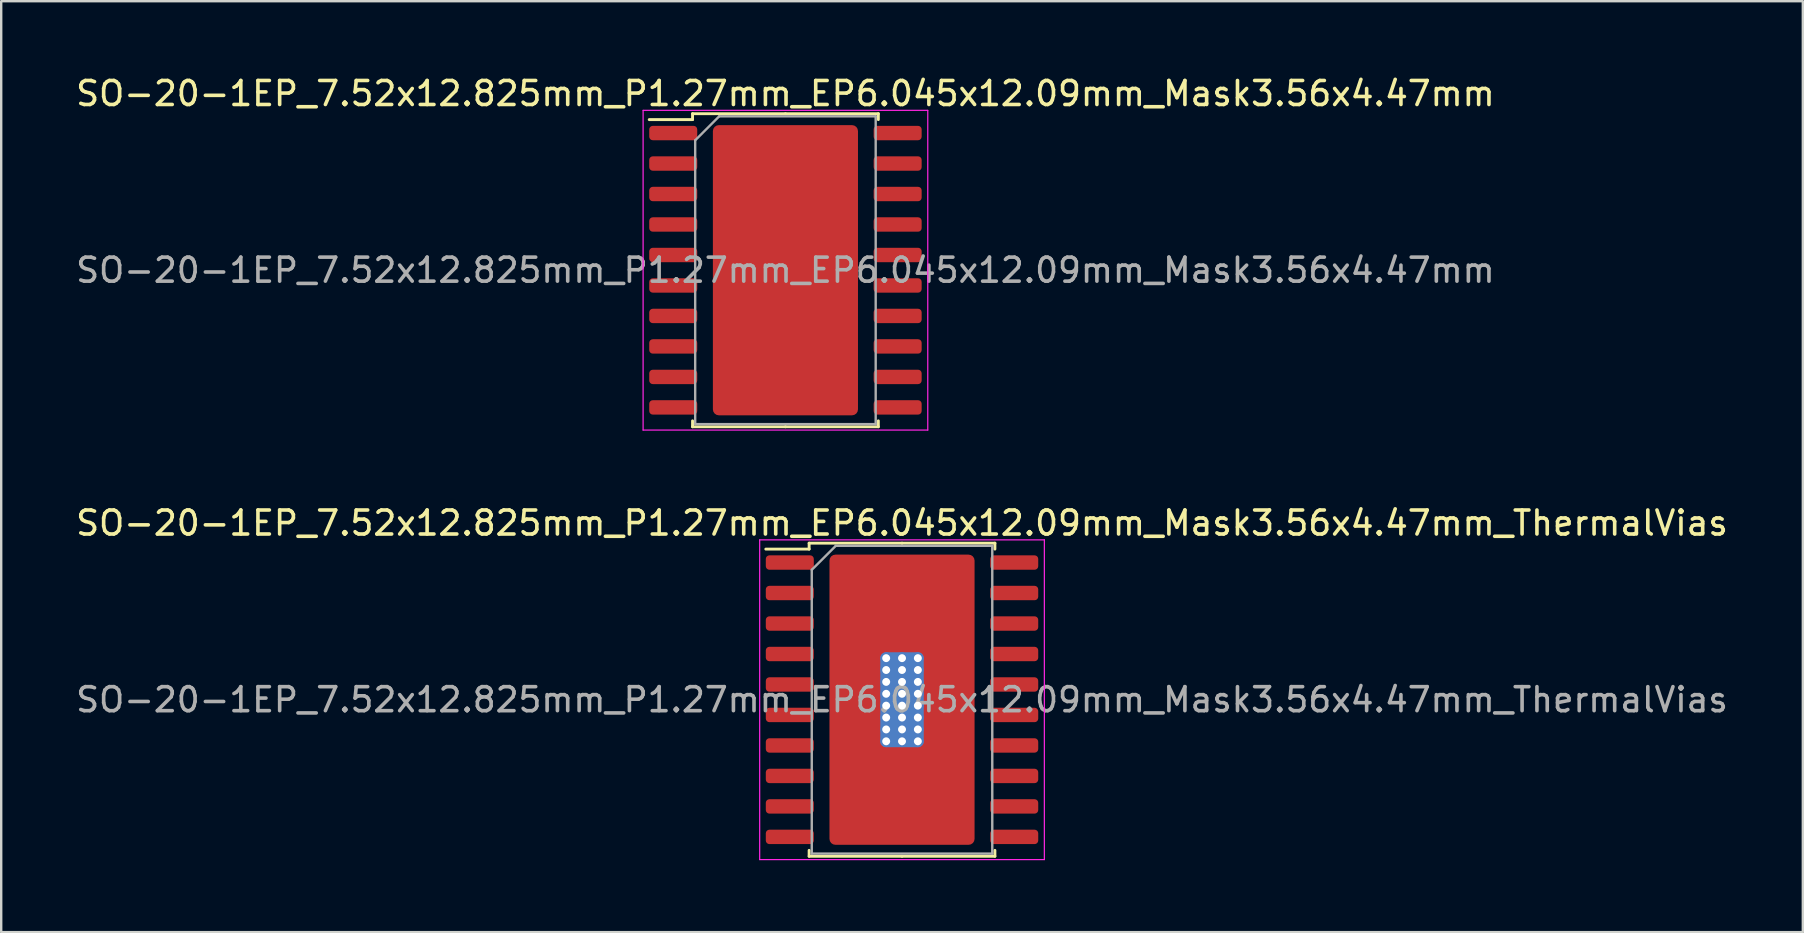
<source format=kicad_pcb>
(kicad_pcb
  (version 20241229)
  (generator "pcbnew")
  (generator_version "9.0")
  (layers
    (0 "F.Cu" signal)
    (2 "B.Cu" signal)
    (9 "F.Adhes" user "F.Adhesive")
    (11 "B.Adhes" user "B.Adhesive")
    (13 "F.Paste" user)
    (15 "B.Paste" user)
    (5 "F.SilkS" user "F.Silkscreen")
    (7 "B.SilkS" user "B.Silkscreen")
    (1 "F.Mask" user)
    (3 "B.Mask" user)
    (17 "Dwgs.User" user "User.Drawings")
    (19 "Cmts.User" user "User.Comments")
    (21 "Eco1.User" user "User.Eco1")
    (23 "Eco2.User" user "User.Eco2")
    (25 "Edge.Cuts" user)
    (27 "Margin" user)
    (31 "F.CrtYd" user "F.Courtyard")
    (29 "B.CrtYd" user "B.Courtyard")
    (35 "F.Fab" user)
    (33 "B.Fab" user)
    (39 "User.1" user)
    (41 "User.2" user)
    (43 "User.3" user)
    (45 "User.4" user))
  (footprint "SO-20-1EP_7.52x12.825mm_P1.27mm_EP6.045x12.09mm_Mask3.56x4.47mm_ThermalVias"
    (layer "F.Cu")
    (at 34.53 26.102)
    (property "Reference" "SO-20-1EP_7.52x12.825mm_P1.27mm_EP6.045x12.09mm_Mask3.56x4.47mm_ThermalVias" (at 0 -7.36 0) (layer "F.SilkS") (effects (font (size 1 1) (thickness 0.15))))
    (attr smd)
    (fp_line (start -3.87 -6.522) (end -3.87 -6.275) (stroke (width 0.12) (type solid)) (layer "F.SilkS"))
    (fp_line (start -3.87 -6.275) (end -5.675 -6.275) (stroke (width 0.12) (type solid)) (layer "F.SilkS"))
    (fp_line (start -3.87 6.522) (end -3.87 6.275) (stroke (width 0.12) (type solid)) (layer "F.SilkS"))
    (fp_line (start 0 -6.522) (end -3.87 -6.522) (stroke (width 0.12) (type solid)) (layer "F.SilkS"))
    (fp_line (start 0 -6.522) (end 3.87 -6.522) (stroke (width 0.12) (type solid)) (layer "F.SilkS"))
    (fp_line (start 0 6.522) (end -3.87 6.522) (stroke (width 0.12) (type solid)) (layer "F.SilkS"))
    (fp_line (start 0 6.522) (end 3.87 6.522) (stroke (width 0.12) (type solid)) (layer "F.SilkS"))
    (fp_line (start 3.87 -6.522) (end 3.87 -6.275) (stroke (width 0.12) (type solid)) (layer "F.SilkS"))
    (fp_line (start 3.87 6.522) (end 3.87 6.275) (stroke (width 0.12) (type solid)) (layer "F.SilkS"))
    (fp_line (start -5.93 -6.66) (end -5.93 6.66) (stroke (width 0.05) (type solid)) (layer "F.CrtYd"))
    (fp_line (start -5.93 6.66) (end 5.93 6.66) (stroke (width 0.05) (type solid)) (layer "F.CrtYd"))
    (fp_line (start 5.93 -6.66) (end -5.93 -6.66) (stroke (width 0.05) (type solid)) (layer "F.CrtYd"))
    (fp_line (start 5.93 6.66) (end 5.93 -6.66) (stroke (width 0.05) (type solid)) (layer "F.CrtYd"))
    (fp_line (start -3.76 -5.412) (end -2.76 -6.412) (stroke (width 0.1) (type solid)) (layer "F.Fab"))
    (fp_line (start -3.76 6.412) (end -3.76 -5.412) (stroke (width 0.1) (type solid)) (layer "F.Fab"))
    (fp_line (start -2.76 -6.412) (end 3.76 -6.412) (stroke (width 0.1) (type solid)) (layer "F.Fab"))
    (fp_line (start 3.76 -6.412) (end 3.76 6.412) (stroke (width 0.1) (type solid)) (layer "F.Fab"))
    (fp_line (start 3.76 6.412) (end -3.76 6.412) (stroke (width 0.1) (type solid)) (layer "F.Fab"))
    (fp_text user "${REFERENCE}" (at 0 0 0) (layer "F.Fab") (effects (font (size 1 1) (thickness 0.15))))
    (pad "" smd roundrect (at -0.89 -1.115) (size 1.54 1.94) (layers "F.Paste") (roundrect_rratio 0.162))
    (pad "" smd roundrect (at -0.89 1.115) (size 1.54 1.94) (layers "F.Paste") (roundrect_rratio 0.162))
    (pad "" smd roundrect (at 0 0) (size 3.56 4.47) (layers "F.Mask") (roundrect_rratio 0.069))
    (pad "" smd roundrect (at 0.89 -1.115) (size 1.54 1.94) (layers "F.Paste") (roundrect_rratio 0.162))
    (pad "" smd roundrect (at 0.89 1.115) (size 1.54 1.94) (layers "F.Paste") (roundrect_rratio 0.162))
    (pad "1" smd roundrect (at -4.675 -5.715) (size 2 0.6) (layers "F.Cu" "F.Mask" "F.Paste") (roundrect_rratio 0.25))
    (pad "2" smd roundrect (at -4.675 -4.445) (size 2 0.6) (layers "F.Cu" "F.Mask" "F.Paste") (roundrect_rratio 0.25))
    (pad "3" smd roundrect (at -4.675 -3.175) (size 2 0.6) (layers "F.Cu" "F.Mask" "F.Paste") (roundrect_rratio 0.25))
    (pad "4" smd roundrect (at -4.675 -1.905) (size 2 0.6) (layers "F.Cu" "F.Mask" "F.Paste") (roundrect_rratio 0.25))
    (pad "5" smd roundrect (at -4.675 -0.635) (size 2 0.6) (layers "F.Cu" "F.Mask" "F.Paste") (roundrect_rratio 0.25))
    (pad "6" smd roundrect (at -4.675 0.635) (size 2 0.6) (layers "F.Cu" "F.Mask" "F.Paste") (roundrect_rratio 0.25))
    (pad "7" smd roundrect (at -4.675 1.905) (size 2 0.6) (layers "F.Cu" "F.Mask" "F.Paste") (roundrect_rratio 0.25))
    (pad "8" smd roundrect (at -4.675 3.175) (size 2 0.6) (layers "F.Cu" "F.Mask" "F.Paste") (roundrect_rratio 0.25))
    (pad "9" smd roundrect (at -4.675 4.445) (size 2 0.6) (layers "F.Cu" "F.Mask" "F.Paste") (roundrect_rratio 0.25))
    (pad "10" smd roundrect (at -4.675 5.715) (size 2 0.6) (layers "F.Cu" "F.Mask" "F.Paste") (roundrect_rratio 0.25))
    (pad "11" smd roundrect (at 4.675 5.715) (size 2 0.6) (layers "F.Cu" "F.Mask" "F.Paste") (roundrect_rratio 0.25))
    (pad "12" smd roundrect (at 4.675 4.445) (size 2 0.6) (layers "F.Cu" "F.Mask" "F.Paste") (roundrect_rratio 0.25))
    (pad "13" smd roundrect (at 4.675 3.175) (size 2 0.6) (layers "F.Cu" "F.Mask" "F.Paste") (roundrect_rratio 0.25))
    (pad "14" smd roundrect (at 4.675 1.905) (size 2 0.6) (layers "F.Cu" "F.Mask" "F.Paste") (roundrect_rratio 0.25))
    (pad "15" smd roundrect (at 4.675 0.635) (size 2 0.6) (layers "F.Cu" "F.Mask" "F.Paste") (roundrect_rratio 0.25))
    (pad "16" smd roundrect (at 4.675 -0.635) (size 2 0.6) (layers "F.Cu" "F.Mask" "F.Paste") (roundrect_rratio 0.25))
    (pad "17" smd roundrect (at 4.675 -1.905) (size 2 0.6) (layers "F.Cu" "F.Mask" "F.Paste") (roundrect_rratio 0.25))
    (pad "18" smd roundrect (at 4.675 -3.175) (size 2 0.6) (layers "F.Cu" "F.Mask" "F.Paste") (roundrect_rratio 0.25))
    (pad "19" smd roundrect (at 4.675 -4.445) (size 2 0.6) (layers "F.Cu" "F.Mask" "F.Paste") (roundrect_rratio 0.25))
    (pad "20" smd roundrect (at 4.675 -5.715) (size 2 0.6) (layers "F.Cu" "F.Mask" "F.Paste") (roundrect_rratio 0.25))
    (pad "21" thru_hole circle (at -0.66 -1.732) (size 0.49 0.49) (drill 0.33) (layers "*.Cu"))
    (pad "21" thru_hole circle (at -0.66 -1.238) (size 0.49 0.49) (drill 0.33) (layers "*.Cu"))
    (pad "21" thru_hole circle (at -0.66 -0.743) (size 0.49 0.49) (drill 0.33) (layers "*.Cu"))
    (pad "21" thru_hole circle (at -0.66 -0.247) (size 0.49 0.49) (drill 0.33) (layers "*.Cu"))
    (pad "21" thru_hole circle (at -0.66 0.247) (size 0.49 0.49) (drill 0.33) (layers "*.Cu"))
    (pad "21" thru_hole circle (at -0.66 0.743) (size 0.49 0.49) (drill 0.33) (layers "*.Cu"))
    (pad "21" thru_hole circle (at -0.66 1.238) (size 0.49 0.49) (drill 0.33) (layers "*.Cu"))
    (pad "21" thru_hole circle (at -0.66 1.732) (size 0.49 0.49) (drill 0.33) (layers "*.Cu"))
    (pad "21" thru_hole circle (at 0 -1.732) (size 0.49 0.49) (drill 0.33) (layers "*.Cu"))
    (pad "21" thru_hole circle (at 0 -1.238) (size 0.49 0.49) (drill 0.33) (layers "*.Cu"))
    (pad "21" thru_hole circle (at 0 -0.743) (size 0.49 0.49) (drill 0.33) (layers "*.Cu"))
    (pad "21" thru_hole circle (at 0 -0.247) (size 0.49 0.49) (drill 0.33) (layers "*.Cu"))
    (pad "21" smd roundrect (at 0 0) (size 1.81 3.955) (layers "B.Cu") (roundrect_rratio 0.135))
    (pad "21" smd roundrect (at 0 0) (size 6.045 12.09) (layers "F.Cu") (roundrect_rratio 0.041))
    (pad "21" thru_hole circle (at 0 0.247) (size 0.49 0.49) (drill 0.33) (layers "*.Cu"))
    (pad "21" thru_hole circle (at 0 0.743) (size 0.49 0.49) (drill 0.33) (layers "*.Cu"))
    (pad "21" thru_hole circle (at 0 1.238) (size 0.49 0.49) (drill 0.33) (layers "*.Cu"))
    (pad "21" thru_hole circle (at 0 1.732) (size 0.49 0.49) (drill 0.33) (layers "*.Cu"))
    (pad "21" thru_hole circle (at 0.66 -1.732) (size 0.49 0.49) (drill 0.33) (layers "*.Cu"))
    (pad "21" thru_hole circle (at 0.66 -1.238) (size 0.49 0.49) (drill 0.33) (layers "*.Cu"))
    (pad "21" thru_hole circle (at 0.66 -0.743) (size 0.49 0.49) (drill 0.33) (layers "*.Cu"))
    (pad "21" thru_hole circle (at 0.66 -0.247) (size 0.49 0.49) (drill 0.33) (layers "*.Cu"))
    (pad "21" thru_hole circle (at 0.66 0.247) (size 0.49 0.49) (drill 0.33) (layers "*.Cu"))
    (pad "21" thru_hole circle (at 0.66 0.743) (size 0.49 0.49) (drill 0.33) (layers "*.Cu"))
    (pad "21" thru_hole circle (at 0.66 1.238) (size 0.49 0.49) (drill 0.33) (layers "*.Cu"))
    (pad "21" thru_hole circle (at 0.66 1.732) (size 0.49 0.49) (drill 0.33) (layers "*.Cu")))
  (footprint "SO-20-1EP_7.52x12.825mm_P1.27mm_EP6.045x12.09mm_Mask3.56x4.47mm"
    (layer "F.Cu")
    (at 29.673 8.208)
    (property "Reference" "SO-20-1EP_7.52x12.825mm_P1.27mm_EP6.045x12.09mm_Mask3.56x4.47mm" (at 0 -7.36 0) (layer "F.SilkS") (effects (font (size 1 1) (thickness 0.15))))
    (attr smd)
    (fp_line (start -3.87 -6.522) (end -3.87 -6.275) (stroke (width 0.12) (type solid)) (layer "F.SilkS"))
    (fp_line (start -3.87 -6.275) (end -5.675 -6.275) (stroke (width 0.12) (type solid)) (layer "F.SilkS"))
    (fp_line (start -3.87 6.522) (end -3.87 6.275) (stroke (width 0.12) (type solid)) (layer "F.SilkS"))
    (fp_line (start 0 -6.522) (end -3.87 -6.522) (stroke (width 0.12) (type solid)) (layer "F.SilkS"))
    (fp_line (start 0 -6.522) (end 3.87 -6.522) (stroke (width 0.12) (type solid)) (layer "F.SilkS"))
    (fp_line (start 0 6.522) (end -3.87 6.522) (stroke (width 0.12) (type solid)) (layer "F.SilkS"))
    (fp_line (start 0 6.522) (end 3.87 6.522) (stroke (width 0.12) (type solid)) (layer "F.SilkS"))
    (fp_line (start 3.87 -6.522) (end 3.87 -6.275) (stroke (width 0.12) (type solid)) (layer "F.SilkS"))
    (fp_line (start 3.87 6.522) (end 3.87 6.275) (stroke (width 0.12) (type solid)) (layer "F.SilkS"))
    (fp_line (start -5.93 -6.66) (end -5.93 6.66) (stroke (width 0.05) (type solid)) (layer "F.CrtYd"))
    (fp_line (start -5.93 6.66) (end 5.93 6.66) (stroke (width 0.05) (type solid)) (layer "F.CrtYd"))
    (fp_line (start 5.93 -6.66) (end -5.93 -6.66) (stroke (width 0.05) (type solid)) (layer "F.CrtYd"))
    (fp_line (start 5.93 6.66) (end 5.93 -6.66) (stroke (width 0.05) (type solid)) (layer "F.CrtYd"))
    (fp_line (start -3.76 -5.412) (end -2.76 -6.412) (stroke (width 0.1) (type solid)) (layer "F.Fab"))
    (fp_line (start -3.76 6.412) (end -3.76 -5.412) (stroke (width 0.1) (type solid)) (layer "F.Fab"))
    (fp_line (start -2.76 -6.412) (end 3.76 -6.412) (stroke (width 0.1) (type solid)) (layer "F.Fab"))
    (fp_line (start 3.76 -6.412) (end 3.76 6.412) (stroke (width 0.1) (type solid)) (layer "F.Fab"))
    (fp_line (start 3.76 6.412) (end -3.76 6.412) (stroke (width 0.1) (type solid)) (layer "F.Fab"))
    (fp_text user "${REFERENCE}" (at 0 0 0) (layer "F.Fab") (effects (font (size 1 1) (thickness 0.15))))
    (pad "" smd roundrect (at 0 0) (size 2.87 3.6) (layers "F.Paste") (roundrect_rratio 0.087))
    (pad "" smd roundrect (at 0 0) (size 3.56 4.47) (layers "F.Mask") (roundrect_rratio 0.07))
    (pad "1" smd roundrect (at -4.675 -5.715) (size 2 0.6) (layers "F.Cu" "F.Mask" "F.Paste") (roundrect_rratio 0.25))
    (pad "2" smd roundrect (at -4.675 -4.445) (size 2 0.6) (layers "F.Cu" "F.Mask" "F.Paste") (roundrect_rratio 0.25))
    (pad "3" smd roundrect (at -4.675 -3.175) (size 2 0.6) (layers "F.Cu" "F.Mask" "F.Paste") (roundrect_rratio 0.25))
    (pad "4" smd roundrect (at -4.675 -1.905) (size 2 0.6) (layers "F.Cu" "F.Mask" "F.Paste") (roundrect_rratio 0.25))
    (pad "5" smd roundrect (at -4.675 -0.635) (size 2 0.6) (layers "F.Cu" "F.Mask" "F.Paste") (roundrect_rratio 0.25))
    (pad "6" smd roundrect (at -4.675 0.635) (size 2 0.6) (layers "F.Cu" "F.Mask" "F.Paste") (roundrect_rratio 0.25))
    (pad "7" smd roundrect (at -4.675 1.905) (size 2 0.6) (layers "F.Cu" "F.Mask" "F.Paste") (roundrect_rratio 0.25))
    (pad "8" smd roundrect (at -4.675 3.175) (size 2 0.6) (layers "F.Cu" "F.Mask" "F.Paste") (roundrect_rratio 0.25))
    (pad "9" smd roundrect (at -4.675 4.445) (size 2 0.6) (layers "F.Cu" "F.Mask" "F.Paste") (roundrect_rratio 0.25))
    (pad "10" smd roundrect (at -4.675 5.715) (size 2 0.6) (layers "F.Cu" "F.Mask" "F.Paste") (roundrect_rratio 0.25))
    (pad "11" smd roundrect (at 4.675 5.715) (size 2 0.6) (layers "F.Cu" "F.Mask" "F.Paste") (roundrect_rratio 0.25))
    (pad "12" smd roundrect (at 4.675 4.445) (size 2 0.6) (layers "F.Cu" "F.Mask" "F.Paste") (roundrect_rratio 0.25))
    (pad "13" smd roundrect (at 4.675 3.175) (size 2 0.6) (layers "F.Cu" "F.Mask" "F.Paste") (roundrect_rratio 0.25))
    (pad "14" smd roundrect (at 4.675 1.905) (size 2 0.6) (layers "F.Cu" "F.Mask" "F.Paste") (roundrect_rratio 0.25))
    (pad "15" smd roundrect (at 4.675 0.635) (size 2 0.6) (layers "F.Cu" "F.Mask" "F.Paste") (roundrect_rratio 0.25))
    (pad "16" smd roundrect (at 4.675 -0.635) (size 2 0.6) (layers "F.Cu" "F.Mask" "F.Paste") (roundrect_rratio 0.25))
    (pad "17" smd roundrect (at 4.675 -1.905) (size 2 0.6) (layers "F.Cu" "F.Mask" "F.Paste") (roundrect_rratio 0.25))
    (pad "18" smd roundrect (at 4.675 -3.175) (size 2 0.6) (layers "F.Cu" "F.Mask" "F.Paste") (roundrect_rratio 0.25))
    (pad "19" smd roundrect (at 4.675 -4.445) (size 2 0.6) (layers "F.Cu" "F.Mask" "F.Paste") (roundrect_rratio 0.25))
    (pad "20" smd roundrect (at 4.675 -5.715) (size 2 0.6) (layers "F.Cu" "F.Mask" "F.Paste") (roundrect_rratio 0.25))
    (pad "21" smd roundrect (at 0 0) (size 6.045 12.09) (layers "F.Cu") (roundrect_rratio 0.041)))
  (gr_rect
    (start -3 -3)
    (end 72.06 35.786)
    (stroke (width 0.1) (type default))
    (fill no)
    (layer "Edge.Cuts")))
</source>
